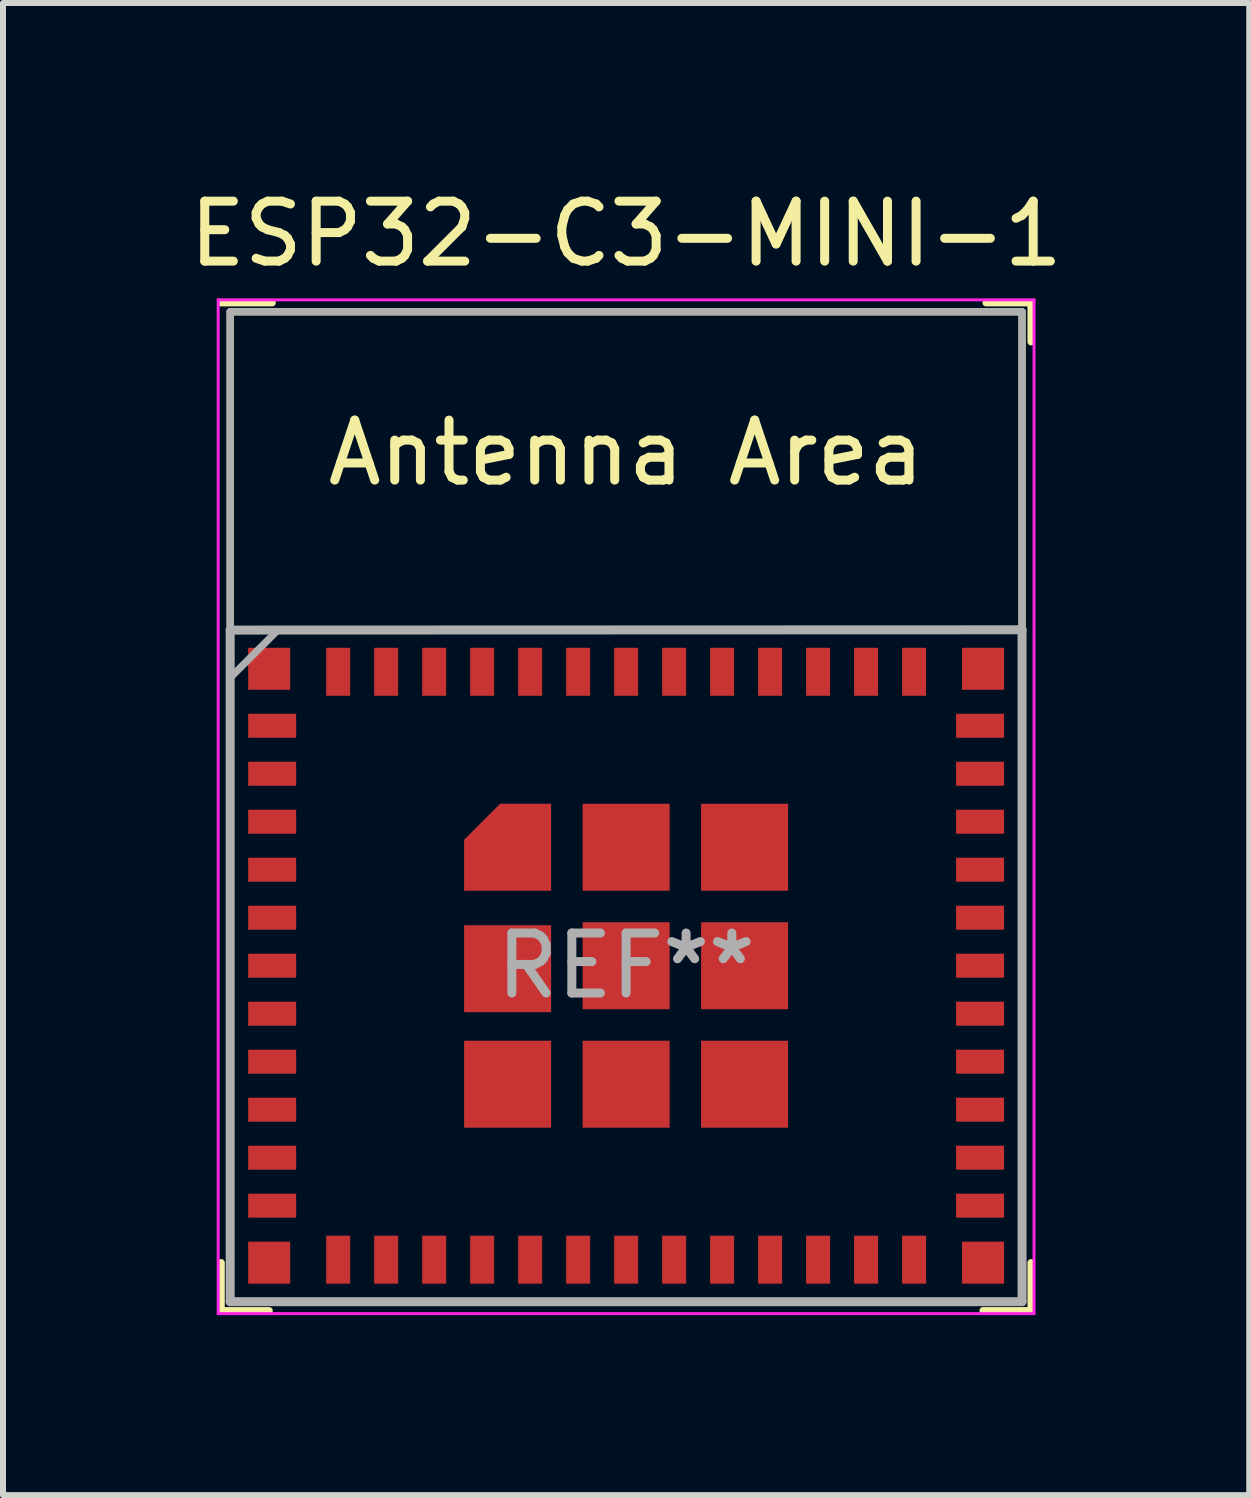
<source format=kicad_pcb>
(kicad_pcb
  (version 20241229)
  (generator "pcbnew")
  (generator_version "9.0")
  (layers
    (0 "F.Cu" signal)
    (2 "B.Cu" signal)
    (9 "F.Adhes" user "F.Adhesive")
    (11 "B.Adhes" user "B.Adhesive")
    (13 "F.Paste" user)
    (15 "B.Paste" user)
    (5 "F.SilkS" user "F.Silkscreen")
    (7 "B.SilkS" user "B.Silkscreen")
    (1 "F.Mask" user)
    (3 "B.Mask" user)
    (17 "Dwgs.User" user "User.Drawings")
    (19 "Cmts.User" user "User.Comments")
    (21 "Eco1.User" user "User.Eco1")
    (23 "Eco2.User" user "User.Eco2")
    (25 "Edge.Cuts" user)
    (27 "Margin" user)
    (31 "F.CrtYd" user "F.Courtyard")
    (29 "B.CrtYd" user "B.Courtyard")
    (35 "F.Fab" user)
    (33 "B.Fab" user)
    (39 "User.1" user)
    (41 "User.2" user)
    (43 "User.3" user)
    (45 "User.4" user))
  (footprint "ESP32-C3-MINI-1"
    (layer "F.Cu")
    (at 7.387 13.048)
    (property "Reference" "ESP32-C3-MINI-1" (at 0 -12.2 0) (layer "F.SilkS") (effects (font (size 1 1) (thickness 0.15))))
    (attr smd)
    (fp_line (start -6.75 4.95) (end -6.75 5.75) (stroke (width 0.12) (type solid)) (layer "F.SilkS"))
    (fp_line (start -6.75 5.75) (end -5.95 5.75) (stroke (width 0.12) (type solid)) (layer "F.SilkS"))
    (fp_line (start -6.6 -10.9) (end 6.6 -10.9) (stroke (width 0.12) (type solid)) (layer "F.SilkS"))
    (fp_line (start -6.6 -5.6) (end 6.6 -5.6) (stroke (width 0.12) (type solid)) (layer "F.SilkS"))
    (fp_line (start -6.6 5.6) (end -6.6 -10.9) (stroke (width 0.12) (type solid)) (layer "F.SilkS"))
    (fp_line (start -5.9 -11.05) (end -6.75 -11.05) (stroke (width 0.12) (type solid)) (layer "F.SilkS"))
    (fp_line (start 6 -11.05) (end 6.75 -11.05) (stroke (width 0.12) (type solid)) (layer "F.SilkS"))
    (fp_line (start 6.6 -10.9) (end 6.6 5.6) (stroke (width 0.12) (type solid)) (layer "F.SilkS"))
    (fp_line (start 6.6 5.6) (end -6.6 5.6) (stroke (width 0.12) (type solid)) (layer "F.SilkS"))
    (fp_line (start 6.75 -11.05) (end 6.75 -10.4) (stroke (width 0.12) (type solid)) (layer "F.SilkS"))
    (fp_line (start 6.75 4.95) (end 6.75 5.75) (stroke (width 0.12) (type solid)) (layer "F.SilkS"))
    (fp_line (start 6.75 5.75) (end 5.95 5.75) (stroke (width 0.12) (type solid)) (layer "F.SilkS"))
    (fp_line (start -6.8 -11.1) (end 6.8 -11.1) (stroke (width 0.05) (type solid)) (layer "F.CrtYd"))
    (fp_line (start -6.8 5.8) (end -6.8 -11.1) (stroke (width 0.05) (type solid)) (layer "F.CrtYd"))
    (fp_line (start 6.8 -11.1) (end 6.8 5.8) (stroke (width 0.05) (type solid)) (layer "F.CrtYd"))
    (fp_line (start 6.8 5.8) (end -6.8 5.8) (stroke (width 0.05) (type solid)) (layer "F.CrtYd"))
    (fp_line (start -6.6 -5.595) (end -6.6 5.6) (stroke (width 0.15) (type solid)) (layer "F.Fab"))
    (fp_line (start -6.6 -5.5) (end -6.6 -10.9) (stroke (width 0.12) (type solid)) (layer "F.Fab"))
    (fp_line (start -6.6 5.6) (end 6.6 5.6) (stroke (width 0.15) (type solid)) (layer "F.Fab"))
    (fp_line (start -5.8 -5.6) (end -6.6 -4.8) (stroke (width 0.12) (type solid)) (layer "F.Fab"))
    (fp_line (start 6.6 -10.9) (end -6.6 -10.9) (stroke (width 0.12) (type solid)) (layer "F.Fab"))
    (fp_line (start 6.6 -5.6) (end -6.6 -5.595) (stroke (width 0.15) (type solid)) (layer "F.Fab"))
    (fp_line (start 6.6 -5.5) (end 6.6 -10.9) (stroke (width 0.12) (type solid)) (layer "F.Fab"))
    (fp_line (start 6.6 5.6) (end 6.6 -5.595) (stroke (width 0.15) (type solid)) (layer "F.Fab"))
    (fp_text user "Antenna Area" (at 0 -8.55 0) (layer "F.SilkS") (effects (font (size 1 1) (thickness 0.15))))
    (fp_text user "REF**" (at 0 0 0) (layer "F.Fab") (effects (font (size 1 1) (thickness 0.15))))
    (pad "1" smd rect (at -5.9 -4 90) (size 0.4 0.8) (layers "F.Cu" "F.Mask" "F.Paste"))
    (pad "2" smd rect (at -5.9 -3.2 90) (size 0.4 0.8) (layers "F.Cu" "F.Mask" "F.Paste"))
    (pad "3" smd rect (at -5.9 -2.4 90) (size 0.4 0.8) (layers "F.Cu" "F.Mask" "F.Paste"))
    (pad "4" smd rect (at -5.9 -1.6 90) (size 0.4 0.8) (layers "F.Cu" "F.Mask" "F.Paste"))
    (pad "5" smd rect (at -5.9 -0.8 90) (size 0.4 0.8) (layers "F.Cu" "F.Mask" "F.Paste"))
    (pad "6" smd rect (at -5.9 0 90) (size 0.4 0.8) (layers "F.Cu" "F.Mask" "F.Paste"))
    (pad "7" smd rect (at -5.9 0.8 90) (size 0.4 0.8) (layers "F.Cu" "F.Mask" "F.Paste"))
    (pad "8" smd rect (at -5.9 1.6 90) (size 0.4 0.8) (layers "F.Cu" "F.Mask" "F.Paste"))
    (pad "9" smd rect (at -5.9 2.4 90) (size 0.4 0.8) (layers "F.Cu" "F.Mask" "F.Paste"))
    (pad "10" smd rect (at -5.9 3.2 90) (size 0.4 0.8) (layers "F.Cu" "F.Mask" "F.Paste"))
    (pad "11" smd rect (at -5.9 4 90) (size 0.4 0.8) (layers "F.Cu" "F.Mask" "F.Paste"))
    (pad "12" smd rect (at -4.8 4.9) (size 0.4 0.8) (layers "F.Cu" "F.Mask" "F.Paste"))
    (pad "13" smd rect (at -4 4.9) (size 0.4 0.8) (layers "F.Cu" "F.Mask" "F.Paste"))
    (pad "14" smd rect (at -3.2 4.9) (size 0.4 0.8) (layers "F.Cu" "F.Mask" "F.Paste"))
    (pad "15" smd rect (at -2.4 4.9) (size 0.4 0.8) (layers "F.Cu" "F.Mask" "F.Paste"))
    (pad "16" smd rect (at -1.6 4.9) (size 0.4 0.8) (layers "F.Cu" "F.Mask" "F.Paste"))
    (pad "17" smd rect (at -0.8 4.9) (size 0.4 0.8) (layers "F.Cu" "F.Mask" "F.Paste"))
    (pad "18" smd rect (at 0 4.9) (size 0.4 0.8) (layers "F.Cu" "F.Mask" "F.Paste"))
    (pad "19" smd rect (at 0.8 4.9) (size 0.4 0.8) (layers "F.Cu" "F.Mask" "F.Paste"))
    (pad "20" smd rect (at 1.6 4.9) (size 0.4 0.8) (layers "F.Cu" "F.Mask" "F.Paste"))
    (pad "21" smd rect (at 2.4 4.9) (size 0.4 0.8) (layers "F.Cu" "F.Mask" "F.Paste"))
    (pad "22" smd rect (at 3.2 4.9) (size 0.4 0.8) (layers "F.Cu" "F.Mask" "F.Paste"))
    (pad "23" smd rect (at 4 4.9) (size 0.4 0.8) (layers "F.Cu" "F.Mask" "F.Paste"))
    (pad "24" smd rect (at 4.8 4.9) (size 0.4 0.8) (layers "F.Cu" "F.Mask" "F.Paste"))
    (pad "25" smd rect (at 5.9 4 90) (size 0.4 0.8) (layers "F.Cu" "F.Mask" "F.Paste"))
    (pad "26" smd rect (at 5.9 3.2 90) (size 0.4 0.8) (layers "F.Cu" "F.Mask" "F.Paste"))
    (pad "27" smd rect (at 5.9 2.4 90) (size 0.4 0.8) (layers "F.Cu" "F.Mask" "F.Paste"))
    (pad "28" smd rect (at 5.9 1.6 90) (size 0.4 0.8) (layers "F.Cu" "F.Mask" "F.Paste"))
    (pad "29" smd rect (at 5.9 0.8 90) (size 0.4 0.8) (layers "F.Cu" "F.Mask" "F.Paste"))
    (pad "30" smd rect (at 5.9 0 90) (size 0.4 0.8) (layers "F.Cu" "F.Mask" "F.Paste"))
    (pad "31" smd rect (at 5.9 -0.8 90) (size 0.4 0.8) (layers "F.Cu" "F.Mask" "F.Paste"))
    (pad "32" smd rect (at 5.9 -1.6 90) (size 0.4 0.8) (layers "F.Cu" "F.Mask" "F.Paste"))
    (pad "33" smd rect (at 5.9 -2.4 90) (size 0.4 0.8) (layers "F.Cu" "F.Mask" "F.Paste"))
    (pad "34" smd rect (at 5.9 -3.2 90) (size 0.4 0.8) (layers "F.Cu" "F.Mask" "F.Paste"))
    (pad "35" smd rect (at 5.9 -4 90) (size 0.4 0.8) (layers "F.Cu" "F.Mask" "F.Paste"))
    (pad "36" smd rect (at -5.95 -4.95 90) (size 0.7 0.7) (layers "F.Cu" "F.Mask" "F.Paste"))
    (pad "36" smd rect (at -5.95 4.95 90) (size 0.7 0.7) (layers "F.Cu" "F.Mask" "F.Paste"))
    (pad "36" smd rect (at -4.8 -4.9) (size 0.4 0.8) (layers "F.Cu" "F.Mask" "F.Paste"))
    (pad "36" smd rect (at -4 -4.9) (size 0.4 0.8) (layers "F.Cu" "F.Mask" "F.Paste"))
    (pad "36" smd rect (at -3.2 -4.9) (size 0.4 0.8) (layers "F.Cu" "F.Mask" "F.Paste"))
    (pad "36" smd rect (at -2.4 -4.9) (size 0.4 0.8) (layers "F.Cu" "F.Mask" "F.Paste"))
    (pad "36" smd custom (at -1.975 -1.975) (size 0.8 0.8) (layers "F.Cu" "F.Mask" "F.Paste") (options (anchor rect)) (primitives (gr_poly (pts (xy 0.725 0.725) (xy -0.725 0.725) (xy -0.725 -0.125) (xy -0.125 -0.725) (xy 0.725 -0.725)) (width 0) (fill yes))))
    (pad "36" smd rect (at -1.975 0.05 90) (size 1.45 1.45) (layers "F.Cu" "F.Mask" "F.Paste"))
    (pad "36" smd rect (at -1.975 1.975 90) (size 1.45 1.45) (layers "F.Cu" "F.Mask" "F.Paste"))
    (pad "36" smd rect (at -1.6 -4.9) (size 0.4 0.8) (layers "F.Cu" "F.Mask" "F.Paste"))
    (pad "36" smd rect (at -0.8 -4.9) (size 0.4 0.8) (layers "F.Cu" "F.Mask" "F.Paste"))
    (pad "36" smd rect (at 0 -4.9) (size 0.4 0.8) (layers "F.Cu" "F.Mask" "F.Paste"))
    (pad "36" smd rect (at 0 -1.975 90) (size 1.45 1.45) (layers "F.Cu" "F.Mask" "F.Paste"))
    (pad "36" smd rect (at 0 0 90) (size 1.45 1.45) (layers "F.Cu" "F.Mask" "F.Paste"))
    (pad "36" smd rect (at 0 1.975 90) (size 1.45 1.45) (layers "F.Cu" "F.Mask" "F.Paste"))
    (pad "36" smd rect (at 0.8 -4.9) (size 0.4 0.8) (layers "F.Cu" "F.Mask" "F.Paste"))
    (pad "36" smd rect (at 1.6 -4.9) (size 0.4 0.8) (layers "F.Cu" "F.Mask" "F.Paste"))
    (pad "36" smd rect (at 1.975 -1.975 90) (size 1.45 1.45) (layers "F.Cu" "F.Mask" "F.Paste"))
    (pad "36" smd rect (at 1.975 0 90) (size 1.45 1.45) (layers "F.Cu" "F.Mask" "F.Paste"))
    (pad "36" smd rect (at 1.975 1.975 90) (size 1.45 1.45) (layers "F.Cu" "F.Mask" "F.Paste"))
    (pad "36" smd rect (at 2.4 -4.9) (size 0.4 0.8) (layers "F.Cu" "F.Mask" "F.Paste"))
    (pad "36" smd rect (at 3.2 -4.9) (size 0.4 0.8) (layers "F.Cu" "F.Mask" "F.Paste"))
    (pad "36" smd rect (at 4 -4.9) (size 0.4 0.8) (layers "F.Cu" "F.Mask" "F.Paste"))
    (pad "36" smd rect (at 4.8 -4.9) (size 0.4 0.8) (layers "F.Cu" "F.Mask" "F.Paste"))
    (pad "36" smd rect (at 5.95 -4.95 90) (size 0.7 0.7) (layers "F.Cu" "F.Mask" "F.Paste"))
    (pad "36" smd rect (at 5.95 4.95 90) (size 0.7 0.7) (layers "F.Cu" "F.Mask" "F.Paste")))
  (gr_rect
    (start -3 -3)
    (end 17.774 21.873)
    (stroke (width 0.1) (type default))
    (fill no)
    (layer "Edge.Cuts")))
</source>
